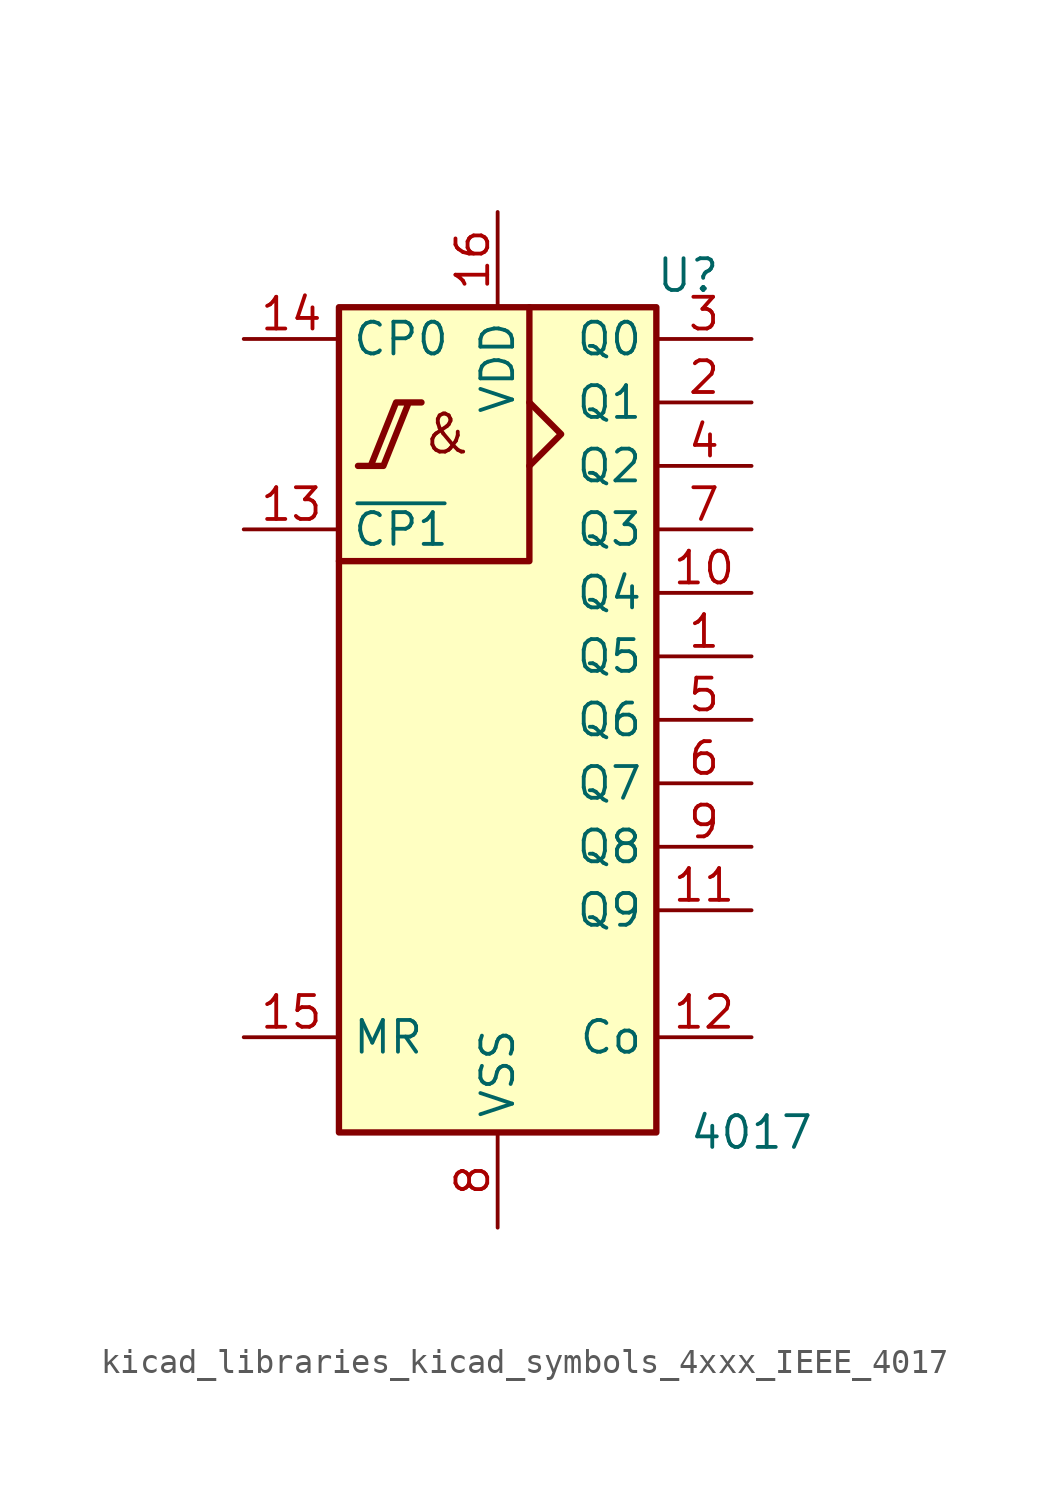
<source format=kicad_sym>
(kicad_symbol_lib
  (version 20220914)
  (generator kicad_symbol_editor)
  (symbol "kicad_libraries_kicad_symbols_4xxx_IEEE_4017"
    (property "Reference" "U"
      (at 7.62 17.78 0)
      (effects (font (size 1.27 1.27))))
    (property "Value" "4017"
      (at 10.16 -16.51 0)
      (effects (font (size 1.27 1.27))))
    (symbol "kicad_libraries_kicad_symbols_4xxx_IEEE_4017_0_0"
      (polyline (pts (xy -5.588 10.16) (xy -4.572 10.16) (xy -3.556 12.7) (xy -3.048 12.7) (xy -4.064 12.7) (xy -5.08 10.16) (xy -5.08 10.16)) (stroke (width 0.254) (type default)) (fill (type background)))
      (text "&" (at -2.032 11.43 0) (effects (font (size 1.524 1.524))))
      (pin power_in line (at 0 20.32 270) (length 3.81) (name "VDD" (effects (font (size 1.27 1.27)))) (number "16" (effects (font (size 1.27 1.27)))))
      (pin power_in line (at 0 -20.32 90) (length 3.81) (name "VSS" (effects (font (size 1.27 1.27)))) (number "8" (effects (font (size 1.27 1.27))))))
    (symbol "kicad_libraries_kicad_symbols_4xxx_IEEE_4017_0_1"
      (rectangle (start -6.35 16.51) (end 6.35 -16.51) (stroke (width 0.254) (type default)) (fill (type background)))
      (polyline (pts (xy 1.27 12.7) (xy 2.54 11.43) (xy 1.27 10.16) (xy 1.27 10.16)) (stroke (width 0.254) (type default)) (fill (type background)))
      (polyline (pts (xy 1.27 16.51) (xy 1.27 6.35) (xy -6.35 6.35) (xy -6.35 6.35)) (stroke (width 0.254) (type default)) (fill (type background))))
    (symbol "kicad_libraries_kicad_symbols_4xxx_IEEE_4017_1_1"
      (pin output line (at 10.16 2.54 180) (length 3.81) (name "Q5" (effects (font (size 1.27 1.27)))) (number "1" (effects (font (size 1.27 1.27)))))
      (pin output line (at 10.16 5.08 180) (length 3.81) (name "Q4" (effects (font (size 1.27 1.27)))) (number "10" (effects (font (size 1.27 1.27)))))
      (pin output line (at 10.16 -7.62 180) (length 3.81) (name "Q9" (effects (font (size 1.27 1.27)))) (number "11" (effects (font (size 1.27 1.27)))))
      (pin output line (at 10.16 -12.7 180) (length 3.81) (name "Co" (effects (font (size 1.27 1.27)))) (number "12" (effects (font (size 1.27 1.27)))))
      (pin input line (at -10.16 7.62 0) (length 3.81) (name "~{CP1}" (effects (font (size 1.27 1.27)))) (number "13" (effects (font (size 1.27 1.27)))))
      (pin input line (at -10.16 15.24 0) (length 3.81) (name "CP0" (effects (font (size 1.27 1.27)))) (number "14" (effects (font (size 1.27 1.27)))))
      (pin input line (at -10.16 -12.7 0) (length 3.81) (name "MR" (effects (font (size 1.27 1.27)))) (number "15" (effects (font (size 1.27 1.27)))))
      (pin output line (at 10.16 12.7 180) (length 3.81) (name "Q1" (effects (font (size 1.27 1.27)))) (number "2" (effects (font (size 1.27 1.27)))))
      (pin output line (at 10.16 15.24 180) (length 3.81) (name "Q0" (effects (font (size 1.27 1.27)))) (number "3" (effects (font (size 1.27 1.27)))))
      (pin output line (at 10.16 10.16 180) (length 3.81) (name "Q2" (effects (font (size 1.27 1.27)))) (number "4" (effects (font (size 1.27 1.27)))))
      (pin output line (at 10.16 0 180) (length 3.81) (name "Q6" (effects (font (size 1.27 1.27)))) (number "5" (effects (font (size 1.27 1.27)))))
      (pin output line (at 10.16 -2.54 180) (length 3.81) (name "Q7" (effects (font (size 1.27 1.27)))) (number "6" (effects (font (size 1.27 1.27)))))
      (pin output line (at 10.16 7.62 180) (length 3.81) (name "Q3" (effects (font (size 1.27 1.27)))) (number "7" (effects (font (size 1.27 1.27)))))
      (pin output line (at 10.16 -5.08 180) (length 3.81) (name "Q8" (effects (font (size 1.27 1.27)))) (number "9" (effects (font (size 1.27 1.27))))))))
</source>
